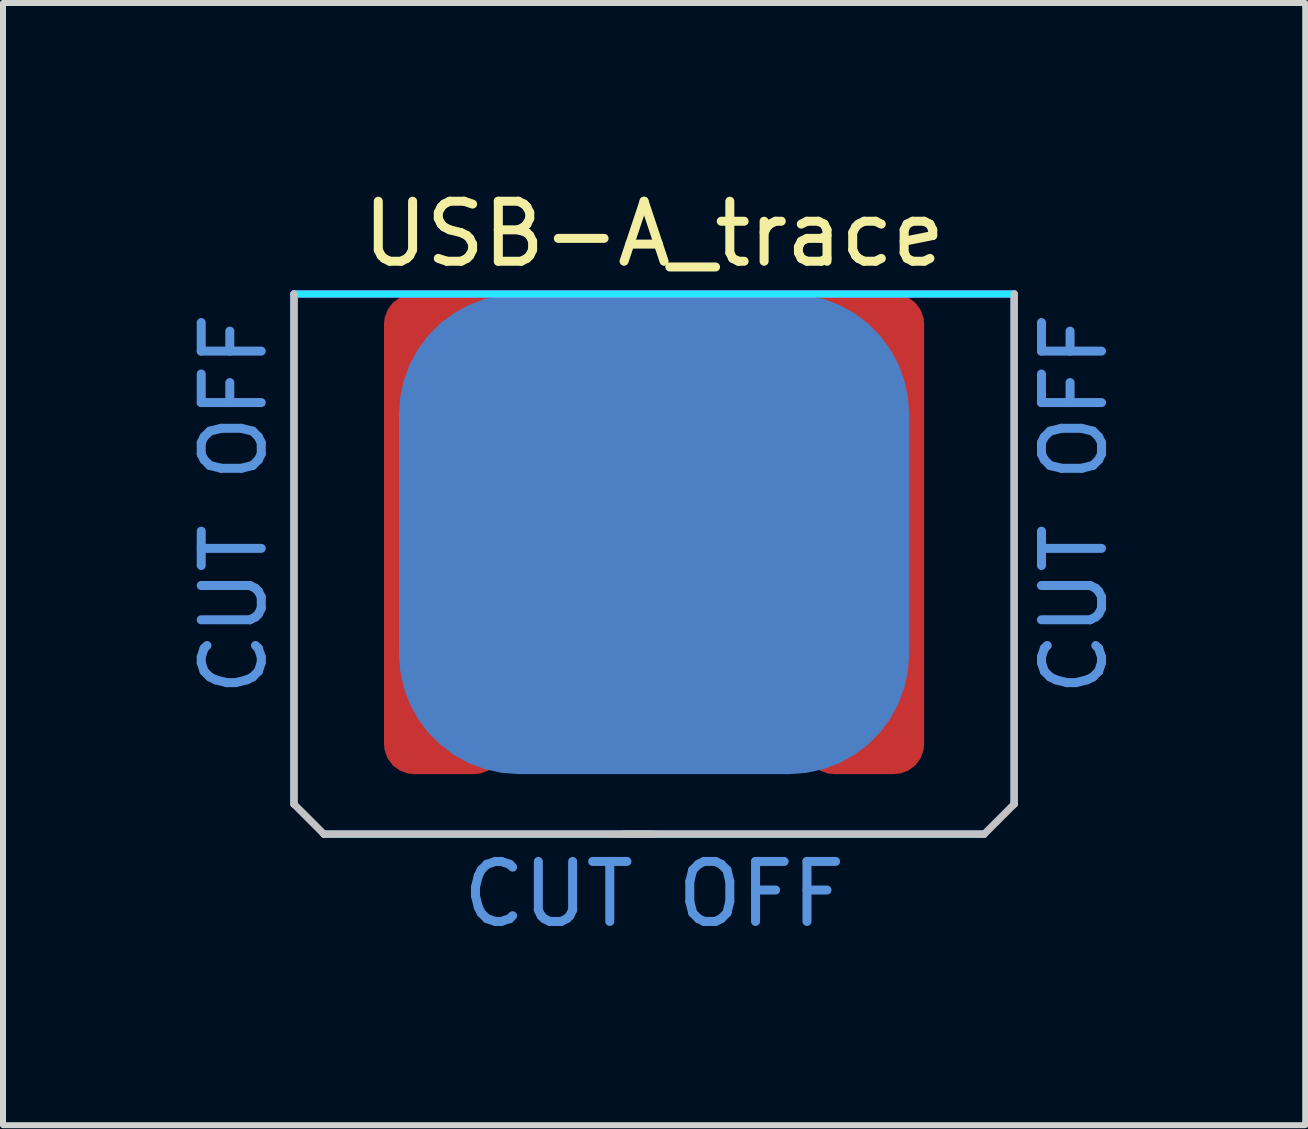
<source format=kicad_pcb>
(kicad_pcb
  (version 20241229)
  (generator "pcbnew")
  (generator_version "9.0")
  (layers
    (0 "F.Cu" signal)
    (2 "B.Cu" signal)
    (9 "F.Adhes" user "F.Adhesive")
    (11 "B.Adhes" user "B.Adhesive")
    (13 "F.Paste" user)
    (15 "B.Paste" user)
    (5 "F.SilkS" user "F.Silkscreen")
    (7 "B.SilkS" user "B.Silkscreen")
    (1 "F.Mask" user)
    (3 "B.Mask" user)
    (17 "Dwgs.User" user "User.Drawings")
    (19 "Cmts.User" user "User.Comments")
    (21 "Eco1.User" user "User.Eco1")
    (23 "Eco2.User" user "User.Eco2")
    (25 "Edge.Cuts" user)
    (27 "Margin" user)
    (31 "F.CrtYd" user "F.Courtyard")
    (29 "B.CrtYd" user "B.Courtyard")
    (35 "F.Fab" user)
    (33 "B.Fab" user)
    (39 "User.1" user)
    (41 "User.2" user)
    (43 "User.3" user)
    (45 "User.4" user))
  (footprint "USB-A_trace"
    (layer "F.Cu")
    (at 7.848 1.848)
    (property "Reference" "USB-A_trace" (at 0 -1 0) (layer "F.SilkS") (effects (font (size 1 1) (thickness 0.15))))
    (attr through_hole)
    (fp_line (start -6 8.5) (end -6 0) (stroke (width 0.12) (type solid)) (layer "Dwgs.User"))
    (fp_line (start -5.5 9) (end -6 8.5) (stroke (width 0.12) (type solid)) (layer "Dwgs.User"))
    (fp_line (start -0.5 9) (end 5.5 9) (stroke (width 0.12) (type solid)) (layer "Dwgs.User"))
    (fp_line (start 0 9) (end -5.5 9) (stroke (width 0.12) (type solid)) (layer "Dwgs.User"))
    (fp_line (start 5.5 9) (end 6 8.5) (stroke (width 0.12) (type solid)) (layer "Dwgs.User"))
    (fp_line (start 6 8.5) (end 6 0) (stroke (width 0.12) (type solid)) (layer "Dwgs.User"))
    (fp_line (start -6 0) (end 6 0) (stroke (width 0.12) (type solid)) (layer "B.CrtYd"))
    (fp_line (start -6 8.5) (end -6 0) (stroke (width 0.12) (type solid)) (layer "B.CrtYd"))
    (fp_line (start 5.5 9) (end -5.5 9) (stroke (width 0.12) (type solid)) (layer "B.CrtYd"))
    (fp_line (start 6 0) (end 6 8.5) (stroke (width 0.12) (type solid)) (layer "B.CrtYd"))
    (fp_line (start -6 0) (end 6 0) (stroke (width 0.12) (type solid)) (layer "F.CrtYd"))
    (fp_line (start -6 8.5) (end -6 0) (stroke (width 0.12) (type solid)) (layer "F.CrtYd"))
    (fp_line (start 5.5 9) (end -5.5 9) (stroke (width 0.12) (type solid)) (layer "F.CrtYd"))
    (fp_line (start 6 0) (end 6 8.5) (stroke (width 0.12) (type solid)) (layer "F.CrtYd"))
    (fp_text user "CUT OFF" (at -7 3.5 90) (layer "Cmts.User") (effects (font (size 1 1) (thickness 0.15))))
    (fp_text user "CUT OFF" (at 0 10 0) (layer "Cmts.User") (effects (font (size 1 1) (thickness 0.15))))
    (fp_text user "CUT OFF" (at 7 3.5 90) (layer "Cmts.User") (effects (font (size 1 1) (thickness 0.15))))
    (pad "1" smd roundrect (at 3.5 4) (size 2 8) (layers "F.Cu" "F.Mask") (roundrect_rratio 0.25))
    (pad "2" smd roundrect (at 1 3.5) (size 1.8 7) (layers "F.Cu" "F.Mask") (roundrect_rratio 0.25))
    (pad "3" smd roundrect (at -1 3.5) (size 1.8 7) (layers "F.Cu" "F.Mask") (roundrect_rratio 0.25))
    (pad "4" smd roundrect (at -3.5 4) (size 2 8) (layers "F.Cu" "F.Mask") (roundrect_rratio 0.25))
    (pad "5" smd roundrect (at 0 4) (size 8.5 8) (layers "B.Cu" "B.Mask") (roundrect_rratio 0.25)))
  (gr_rect
    (start -3 -3)
    (end 18.697 15.697)
    (stroke (width 0.1) (type default))
    (fill no)
    (layer "Edge.Cuts")))
</source>
